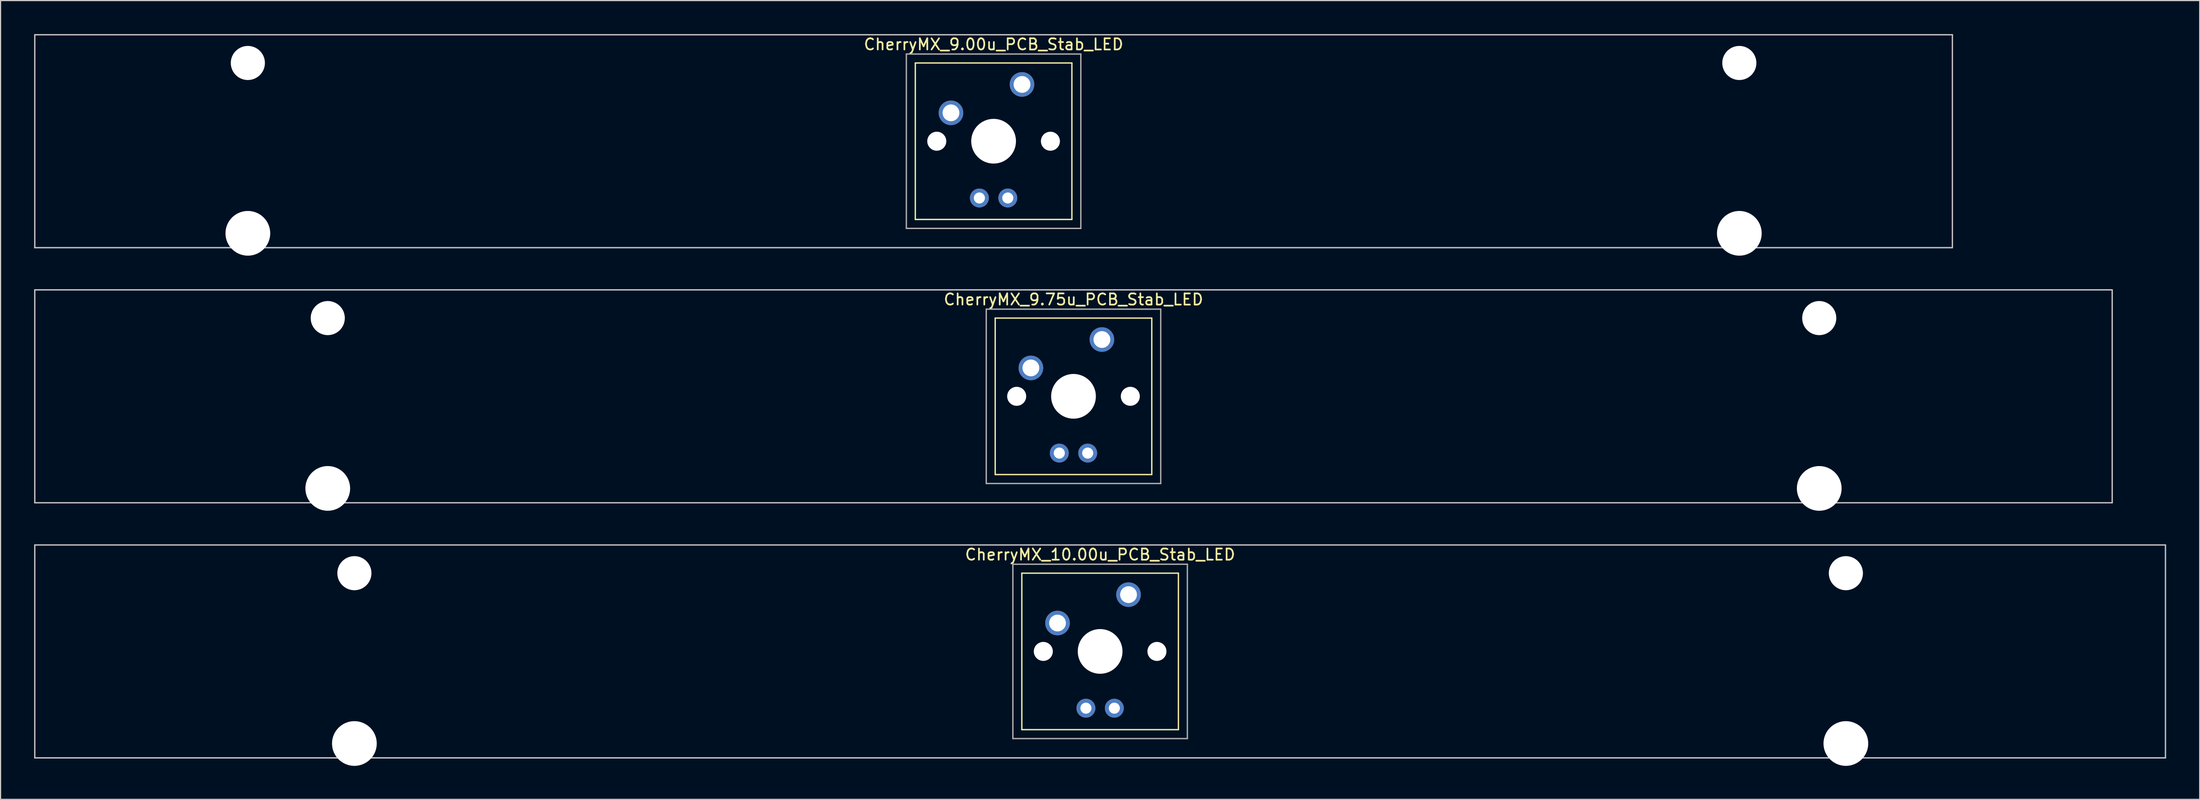
<source format=kicad_pcb>
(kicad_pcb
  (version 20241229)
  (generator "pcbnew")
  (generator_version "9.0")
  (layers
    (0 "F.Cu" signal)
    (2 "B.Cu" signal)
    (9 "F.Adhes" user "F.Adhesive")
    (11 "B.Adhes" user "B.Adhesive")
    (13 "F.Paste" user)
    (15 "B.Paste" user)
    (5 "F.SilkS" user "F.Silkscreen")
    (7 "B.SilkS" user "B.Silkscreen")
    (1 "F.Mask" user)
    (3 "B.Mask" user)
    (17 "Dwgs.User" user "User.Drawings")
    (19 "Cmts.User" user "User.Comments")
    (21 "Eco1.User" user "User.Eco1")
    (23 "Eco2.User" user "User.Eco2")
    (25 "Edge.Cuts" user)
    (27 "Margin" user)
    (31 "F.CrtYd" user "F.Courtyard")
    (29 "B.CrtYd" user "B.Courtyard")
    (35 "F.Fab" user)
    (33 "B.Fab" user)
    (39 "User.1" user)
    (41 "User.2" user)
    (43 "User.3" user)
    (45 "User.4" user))
  (footprint "CherryMX_10.00u_PCB_Stab_LED"
    (layer "F.Cu")
    (at 95.31 55.235)
    (property "Reference" "CherryMX_10.00u_PCB_Stab_LED" (at 0 -8.662 0) (layer "F.SilkS") (effects (font (size 1 1) (thickness 0.15))))
    (attr through_hole)
    (fp_line (start -7 -7) (end -7 7) (stroke (width 0.12) (type solid)) (layer "F.SilkS"))
    (fp_line (start -7 -7) (end 7 -7) (stroke (width 0.12) (type solid)) (layer "F.SilkS"))
    (fp_line (start 7 -7) (end 7 7) (stroke (width 0.12) (type solid)) (layer "F.SilkS"))
    (fp_line (start 7 7) (end -7 7) (stroke (width 0.12) (type solid)) (layer "F.SilkS"))
    (fp_line (start -95.25 -9.525) (end 95.25 -9.525) (stroke (width 0.12) (type solid)) (layer "Dwgs.User"))
    (fp_line (start -95.25 9.525) (end -95.25 -9.525) (stroke (width 0.12) (type solid)) (layer "Dwgs.User"))
    (fp_line (start 95.25 -9.525) (end 95.25 9.525) (stroke (width 0.12) (type solid)) (layer "Dwgs.User"))
    (fp_line (start 95.25 9.525) (end -95.25 9.525) (stroke (width 0.12) (type solid)) (layer "Dwgs.User"))
    (fp_line (start -7.8 -7.8) (end -7.8 7.8) (stroke (width 0.12) (type solid)) (layer "F.Fab"))
    (fp_line (start -7.8 -7.8) (end 7.8 -7.8) (stroke (width 0.12) (type solid)) (layer "F.Fab"))
    (fp_line (start -7.8 7.8) (end 7.8 7.8) (stroke (width 0.12) (type solid)) (layer "F.Fab"))
    (fp_line (start 7.8 -7.8) (end 7.8 7.8) (stroke (width 0.12) (type solid)) (layer "F.Fab"))
    (pad "" np_thru_hole circle (at -66.675 -7) (size 3.05 3.05) (drill 3.05) (layers "*.Cu" "*.Mask"))
    (pad "" np_thru_hole circle (at -66.675 8.24) (size 4 4) (drill 4) (layers "*.Cu" "*.Mask"))
    (pad "" np_thru_hole circle (at -5.08 0) (size 1.7 1.7) (drill 1.7) (layers "*.Cu" "*.Mask"))
    (pad "" np_thru_hole circle (at 0 0) (size 4 4) (drill 4) (layers "*.Cu" "*.Mask"))
    (pad "" np_thru_hole circle (at 5.08 0) (size 1.7 1.7) (drill 1.7) (layers "*.Cu" "*.Mask"))
    (pad "" np_thru_hole circle (at 66.675 -7) (size 3.05 3.05) (drill 3.05) (layers "*.Cu" "*.Mask"))
    (pad "" np_thru_hole circle (at 66.675 8.24) (size 4 4) (drill 4) (layers "*.Cu" "*.Mask"))
    (pad "1" thru_hole circle (at -3.81 -2.54) (size 2.2 2.2) (drill 1.5) (layers "*.Cu" "*.Mask"))
    (pad "2" thru_hole circle (at 2.54 -5.08) (size 2.2 2.2) (drill 1.5) (layers "*.Cu" "*.Mask"))
    (pad "3" thru_hole circle (at -1.27 5.08) (size 1.691 1.691) (drill 0.991) (layers "*.Cu" "*.Mask"))
    (pad "4" thru_hole circle (at 1.27 5.08) (size 1.691 1.691) (drill 0.991) (layers "*.Cu" "*.Mask")))
  (footprint "CherryMX_9.00u_PCB_Stab_LED"
    (layer "F.Cu")
    (at 85.785 9.585)
    (property "Reference" "CherryMX_9.00u_PCB_Stab_LED" (at 0 -8.662 0) (layer "F.SilkS") (effects (font (size 1 1) (thickness 0.15))))
    (attr through_hole)
    (fp_line (start -7 -7) (end -7 7) (stroke (width 0.12) (type solid)) (layer "F.SilkS"))
    (fp_line (start -7 -7) (end 7 -7) (stroke (width 0.12) (type solid)) (layer "F.SilkS"))
    (fp_line (start 7 -7) (end 7 7) (stroke (width 0.12) (type solid)) (layer "F.SilkS"))
    (fp_line (start 7 7) (end -7 7) (stroke (width 0.12) (type solid)) (layer "F.SilkS"))
    (fp_line (start -85.725 -9.525) (end 85.725 -9.525) (stroke (width 0.12) (type solid)) (layer "Dwgs.User"))
    (fp_line (start -85.725 9.525) (end -85.725 -9.525) (stroke (width 0.12) (type solid)) (layer "Dwgs.User"))
    (fp_line (start 85.725 -9.525) (end 85.725 9.525) (stroke (width 0.12) (type solid)) (layer "Dwgs.User"))
    (fp_line (start 85.725 9.525) (end -85.725 9.525) (stroke (width 0.12) (type solid)) (layer "Dwgs.User"))
    (fp_line (start -7.8 -7.8) (end -7.8 7.8) (stroke (width 0.12) (type solid)) (layer "F.Fab"))
    (fp_line (start -7.8 -7.8) (end 7.8 -7.8) (stroke (width 0.12) (type solid)) (layer "F.Fab"))
    (fp_line (start -7.8 7.8) (end 7.8 7.8) (stroke (width 0.12) (type solid)) (layer "F.Fab"))
    (fp_line (start 7.8 -7.8) (end 7.8 7.8) (stroke (width 0.12) (type solid)) (layer "F.Fab"))
    (pad "" np_thru_hole circle (at -66.675 -7) (size 3.05 3.05) (drill 3.05) (layers "*.Cu" "*.Mask"))
    (pad "" np_thru_hole circle (at -66.675 8.24) (size 4 4) (drill 4) (layers "*.Cu" "*.Mask"))
    (pad "" np_thru_hole circle (at -5.08 0) (size 1.7 1.7) (drill 1.7) (layers "*.Cu" "*.Mask"))
    (pad "" np_thru_hole circle (at 0 0) (size 4 4) (drill 4) (layers "*.Cu" "*.Mask"))
    (pad "" np_thru_hole circle (at 5.08 0) (size 1.7 1.7) (drill 1.7) (layers "*.Cu" "*.Mask"))
    (pad "" np_thru_hole circle (at 66.675 -7) (size 3.05 3.05) (drill 3.05) (layers "*.Cu" "*.Mask"))
    (pad "" np_thru_hole circle (at 66.675 8.24) (size 4 4) (drill 4) (layers "*.Cu" "*.Mask"))
    (pad "1" thru_hole circle (at -3.81 -2.54) (size 2.2 2.2) (drill 1.5) (layers "*.Cu" "*.Mask"))
    (pad "2" thru_hole circle (at 2.54 -5.08) (size 2.2 2.2) (drill 1.5) (layers "*.Cu" "*.Mask"))
    (pad "3" thru_hole circle (at -1.27 5.08) (size 1.691 1.691) (drill 0.991) (layers "*.Cu" "*.Mask"))
    (pad "4" thru_hole circle (at 1.27 5.08) (size 1.691 1.691) (drill 0.991) (layers "*.Cu" "*.Mask")))
  (footprint "CherryMX_9.75u_PCB_Stab_LED"
    (layer "F.Cu")
    (at 92.929 32.41)
    (property "Reference" "CherryMX_9.75u_PCB_Stab_LED" (at 0 -8.662 0) (layer "F.SilkS") (effects (font (size 1 1) (thickness 0.15))))
    (attr through_hole)
    (fp_line (start -7 -7) (end -7 7) (stroke (width 0.12) (type solid)) (layer "F.SilkS"))
    (fp_line (start -7 -7) (end 7 -7) (stroke (width 0.12) (type solid)) (layer "F.SilkS"))
    (fp_line (start 7 -7) (end 7 7) (stroke (width 0.12) (type solid)) (layer "F.SilkS"))
    (fp_line (start 7 7) (end -7 7) (stroke (width 0.12) (type solid)) (layer "F.SilkS"))
    (fp_line (start -92.869 -9.525) (end 92.869 -9.525) (stroke (width 0.12) (type solid)) (layer "Dwgs.User"))
    (fp_line (start -92.869 9.525) (end -92.869 -9.525) (stroke (width 0.12) (type solid)) (layer "Dwgs.User"))
    (fp_line (start 92.869 -9.525) (end 92.869 9.525) (stroke (width 0.12) (type solid)) (layer "Dwgs.User"))
    (fp_line (start 92.869 9.525) (end -92.869 9.525) (stroke (width 0.12) (type solid)) (layer "Dwgs.User"))
    (fp_line (start -7.8 -7.8) (end -7.8 7.8) (stroke (width 0.12) (type solid)) (layer "F.Fab"))
    (fp_line (start -7.8 -7.8) (end 7.8 -7.8) (stroke (width 0.12) (type solid)) (layer "F.Fab"))
    (fp_line (start -7.8 7.8) (end 7.8 7.8) (stroke (width 0.12) (type solid)) (layer "F.Fab"))
    (fp_line (start 7.8 -7.8) (end 7.8 7.8) (stroke (width 0.12) (type solid)) (layer "F.Fab"))
    (pad "" np_thru_hole circle (at -66.675 -7) (size 3.05 3.05) (drill 3.05) (layers "*.Cu" "*.Mask"))
    (pad "" np_thru_hole circle (at -66.675 8.24) (size 4 4) (drill 4) (layers "*.Cu" "*.Mask"))
    (pad "" np_thru_hole circle (at -5.08 0) (size 1.7 1.7) (drill 1.7) (layers "*.Cu" "*.Mask"))
    (pad "" np_thru_hole circle (at 0 0) (size 4 4) (drill 4) (layers "*.Cu" "*.Mask"))
    (pad "" np_thru_hole circle (at 5.08 0) (size 1.7 1.7) (drill 1.7) (layers "*.Cu" "*.Mask"))
    (pad "" np_thru_hole circle (at 66.675 -7) (size 3.05 3.05) (drill 3.05) (layers "*.Cu" "*.Mask"))
    (pad "" np_thru_hole circle (at 66.675 8.24) (size 4 4) (drill 4) (layers "*.Cu" "*.Mask"))
    (pad "1" thru_hole circle (at -3.81 -2.54) (size 2.2 2.2) (drill 1.5) (layers "*.Cu" "*.Mask"))
    (pad "2" thru_hole circle (at 2.54 -5.08) (size 2.2 2.2) (drill 1.5) (layers "*.Cu" "*.Mask"))
    (pad "3" thru_hole circle (at -1.27 5.08) (size 1.691 1.691) (drill 0.991) (layers "*.Cu" "*.Mask"))
    (pad "4" thru_hole circle (at 1.27 5.08) (size 1.691 1.691) (drill 0.991) (layers "*.Cu" "*.Mask")))
  (gr_rect
    (start -3 -3)
    (end 193.62 68.475)
    (stroke (width 0.1) (type default))
    (fill no)
    (layer "Edge.Cuts")))
</source>
